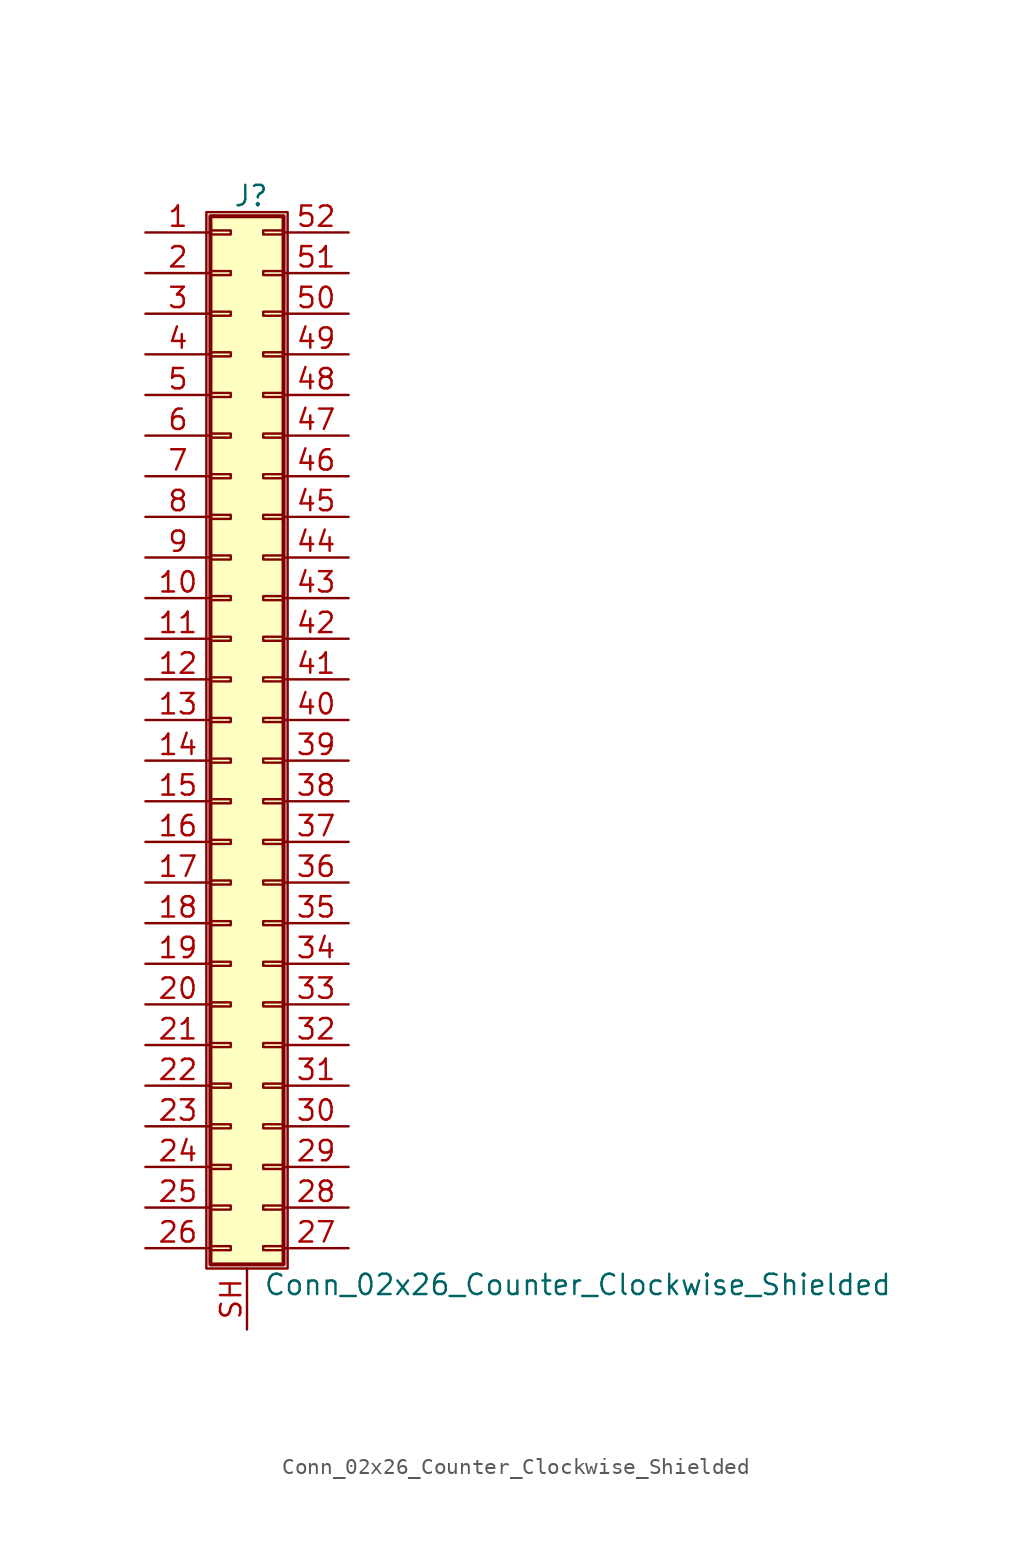
<source format=kicad_sym>
(kicad_symbol_lib
  (version 20211014)
  (generator kicad_symbol_editor)
  (symbol "Conn_02x26_Counter_Clockwise_Shielded"
    (pin_names
      (offset 1.016) hide)
    (property "Reference" "J"
      (at 1.524 32.766 0)
      (effects (font (size 1.27 1.27))))
    (property "Value" "Conn_02x26_Counter_Clockwise_Shielded"
      (at 2.286 -35.306 0)
      (effects (font (size 1.27 1.27)) (justify left)))
    (symbol "Conn_02x26_Counter_Clockwise_Shielded_1_1"
      (rectangle (start -1.27 31.75) (end 3.81 -34.29) (stroke (width 0.152) (type default) (color 0 0 0 0)) (fill (type none)))
      (rectangle (start -1.016 -32.893) (end 0.254 -33.147) (stroke (width 0.152) (type default) (color 0 0 0 0)) (fill (type none)))
      (rectangle (start -1.016 -30.353) (end 0.254 -30.607) (stroke (width 0.152) (type default) (color 0 0 0 0)) (fill (type none)))
      (rectangle (start -1.016 -27.813) (end 0.254 -28.067) (stroke (width 0.152) (type default) (color 0 0 0 0)) (fill (type none)))
      (rectangle (start -1.016 -25.273) (end 0.254 -25.527) (stroke (width 0.152) (type default) (color 0 0 0 0)) (fill (type none)))
      (rectangle (start -1.016 -22.733) (end 0.254 -22.987) (stroke (width 0.152) (type default) (color 0 0 0 0)) (fill (type none)))
      (rectangle (start -1.016 -20.193) (end 0.254 -20.447) (stroke (width 0.152) (type default) (color 0 0 0 0)) (fill (type none)))
      (rectangle (start -1.016 -17.653) (end 0.254 -17.907) (stroke (width 0.152) (type default) (color 0 0 0 0)) (fill (type none)))
      (rectangle (start -1.016 -15.113) (end 0.254 -15.367) (stroke (width 0.152) (type default) (color 0 0 0 0)) (fill (type none)))
      (rectangle (start -1.016 -12.573) (end 0.254 -12.827) (stroke (width 0.152) (type default) (color 0 0 0 0)) (fill (type none)))
      (rectangle (start -1.016 -10.033) (end 0.254 -10.287) (stroke (width 0.152) (type default) (color 0 0 0 0)) (fill (type none)))
      (rectangle (start -1.016 -7.493) (end 0.254 -7.747) (stroke (width 0.152) (type default) (color 0 0 0 0)) (fill (type none)))
      (rectangle (start -1.016 -4.953) (end 0.254 -5.207) (stroke (width 0.152) (type default) (color 0 0 0 0)) (fill (type none)))
      (rectangle (start -1.016 -2.413) (end 0.254 -2.667) (stroke (width 0.152) (type default) (color 0 0 0 0)) (fill (type none)))
      (rectangle (start -1.016 0.127) (end 0.254 -0.127) (stroke (width 0.152) (type default) (color 0 0 0 0)) (fill (type none)))
      (rectangle (start -1.016 2.667) (end 0.254 2.413) (stroke (width 0.152) (type default) (color 0 0 0 0)) (fill (type none)))
      (rectangle (start -1.016 5.207) (end 0.254 4.953) (stroke (width 0.152) (type default) (color 0 0 0 0)) (fill (type none)))
      (rectangle (start -1.016 7.747) (end 0.254 7.493) (stroke (width 0.152) (type default) (color 0 0 0 0)) (fill (type none)))
      (rectangle (start -1.016 10.287) (end 0.254 10.033) (stroke (width 0.152) (type default) (color 0 0 0 0)) (fill (type none)))
      (rectangle (start -1.016 12.827) (end 0.254 12.573) (stroke (width 0.152) (type default) (color 0 0 0 0)) (fill (type none)))
      (rectangle (start -1.016 15.367) (end 0.254 15.113) (stroke (width 0.152) (type default) (color 0 0 0 0)) (fill (type none)))
      (rectangle (start -1.016 17.907) (end 0.254 17.653) (stroke (width 0.152) (type default) (color 0 0 0 0)) (fill (type none)))
      (rectangle (start -1.016 20.447) (end 0.254 20.193) (stroke (width 0.152) (type default) (color 0 0 0 0)) (fill (type none)))
      (rectangle (start -1.016 22.987) (end 0.254 22.733) (stroke (width 0.152) (type default) (color 0 0 0 0)) (fill (type none)))
      (rectangle (start -1.016 25.527) (end 0.254 25.273) (stroke (width 0.152) (type default) (color 0 0 0 0)) (fill (type none)))
      (rectangle (start -1.016 28.067) (end 0.254 27.813) (stroke (width 0.152) (type default) (color 0 0 0 0)) (fill (type none)))
      (rectangle (start -1.016 30.607) (end 0.254 30.353) (stroke (width 0.152) (type default) (color 0 0 0 0)) (fill (type none)))
      (rectangle (start -1.016 31.496) (end 3.556 -34.036) (stroke (width 0.254) (type default) (color 0 0 0 0)) (fill (type background)))
      (rectangle (start 3.556 -32.893) (end 2.286 -33.147) (stroke (width 0.152) (type default) (color 0 0 0 0)) (fill (type none)))
      (rectangle (start 3.556 -30.353) (end 2.286 -30.607) (stroke (width 0.152) (type default) (color 0 0 0 0)) (fill (type none)))
      (rectangle (start 3.556 -27.813) (end 2.286 -28.067) (stroke (width 0.152) (type default) (color 0 0 0 0)) (fill (type none)))
      (rectangle (start 3.556 -25.273) (end 2.286 -25.527) (stroke (width 0.152) (type default) (color 0 0 0 0)) (fill (type none)))
      (rectangle (start 3.556 -22.733) (end 2.286 -22.987) (stroke (width 0.152) (type default) (color 0 0 0 0)) (fill (type none)))
      (rectangle (start 3.556 -20.193) (end 2.286 -20.447) (stroke (width 0.152) (type default) (color 0 0 0 0)) (fill (type none)))
      (rectangle (start 3.556 -17.653) (end 2.286 -17.907) (stroke (width 0.152) (type default) (color 0 0 0 0)) (fill (type none)))
      (rectangle (start 3.556 -15.113) (end 2.286 -15.367) (stroke (width 0.152) (type default) (color 0 0 0 0)) (fill (type none)))
      (rectangle (start 3.556 -12.573) (end 2.286 -12.827) (stroke (width 0.152) (type default) (color 0 0 0 0)) (fill (type none)))
      (rectangle (start 3.556 -10.033) (end 2.286 -10.287) (stroke (width 0.152) (type default) (color 0 0 0 0)) (fill (type none)))
      (rectangle (start 3.556 -7.493) (end 2.286 -7.747) (stroke (width 0.152) (type default) (color 0 0 0 0)) (fill (type none)))
      (rectangle (start 3.556 -4.953) (end 2.286 -5.207) (stroke (width 0.152) (type default) (color 0 0 0 0)) (fill (type none)))
      (rectangle (start 3.556 -2.413) (end 2.286 -2.667) (stroke (width 0.152) (type default) (color 0 0 0 0)) (fill (type none)))
      (rectangle (start 3.556 0.127) (end 2.286 -0.127) (stroke (width 0.152) (type default) (color 0 0 0 0)) (fill (type none)))
      (rectangle (start 3.556 2.667) (end 2.286 2.413) (stroke (width 0.152) (type default) (color 0 0 0 0)) (fill (type none)))
      (rectangle (start 3.556 5.207) (end 2.286 4.953) (stroke (width 0.152) (type default) (color 0 0 0 0)) (fill (type none)))
      (rectangle (start 3.556 7.747) (end 2.286 7.493) (stroke (width 0.152) (type default) (color 0 0 0 0)) (fill (type none)))
      (rectangle (start 3.556 10.287) (end 2.286 10.033) (stroke (width 0.152) (type default) (color 0 0 0 0)) (fill (type none)))
      (rectangle (start 3.556 12.827) (end 2.286 12.573) (stroke (width 0.152) (type default) (color 0 0 0 0)) (fill (type none)))
      (rectangle (start 3.556 15.367) (end 2.286 15.113) (stroke (width 0.152) (type default) (color 0 0 0 0)) (fill (type none)))
      (rectangle (start 3.556 17.907) (end 2.286 17.653) (stroke (width 0.152) (type default) (color 0 0 0 0)) (fill (type none)))
      (rectangle (start 3.556 20.447) (end 2.286 20.193) (stroke (width 0.152) (type default) (color 0 0 0 0)) (fill (type none)))
      (rectangle (start 3.556 22.987) (end 2.286 22.733) (stroke (width 0.152) (type default) (color 0 0 0 0)) (fill (type none)))
      (rectangle (start 3.556 25.527) (end 2.286 25.273) (stroke (width 0.152) (type default) (color 0 0 0 0)) (fill (type none)))
      (rectangle (start 3.556 28.067) (end 2.286 27.813) (stroke (width 0.152) (type default) (color 0 0 0 0)) (fill (type none)))
      (rectangle (start 3.556 30.607) (end 2.286 30.353) (stroke (width 0.152) (type default) (color 0 0 0 0)) (fill (type none)))
      (pin passive line (at -5.08 30.48 0) (length 4.064) (name "Pin_1" (effects (font (size 1.27 1.27)))) (number "1" (effects (font (size 1.27 1.27)))))
      (pin passive line (at -5.08 7.62 0) (length 4.064) (name "Pin_10" (effects (font (size 1.27 1.27)))) (number "10" (effects (font (size 1.27 1.27)))))
      (pin passive line (at -5.08 5.08 0) (length 4.064) (name "Pin_11" (effects (font (size 1.27 1.27)))) (number "11" (effects (font (size 1.27 1.27)))))
      (pin passive line (at -5.08 2.54 0) (length 4.064) (name "Pin_12" (effects (font (size 1.27 1.27)))) (number "12" (effects (font (size 1.27 1.27)))))
      (pin passive line (at -5.08 0 0) (length 4.064) (name "Pin_13" (effects (font (size 1.27 1.27)))) (number "13" (effects (font (size 1.27 1.27)))))
      (pin passive line (at -5.08 -2.54 0) (length 4.064) (name "Pin_14" (effects (font (size 1.27 1.27)))) (number "14" (effects (font (size 1.27 1.27)))))
      (pin passive line (at -5.08 -5.08 0) (length 4.064) (name "Pin_15" (effects (font (size 1.27 1.27)))) (number "15" (effects (font (size 1.27 1.27)))))
      (pin passive line (at -5.08 -7.62 0) (length 4.064) (name "Pin_16" (effects (font (size 1.27 1.27)))) (number "16" (effects (font (size 1.27 1.27)))))
      (pin passive line (at -5.08 -10.16 0) (length 4.064) (name "Pin_17" (effects (font (size 1.27 1.27)))) (number "17" (effects (font (size 1.27 1.27)))))
      (pin passive line (at -5.08 -12.7 0) (length 4.064) (name "Pin_18" (effects (font (size 1.27 1.27)))) (number "18" (effects (font (size 1.27 1.27)))))
      (pin passive line (at -5.08 -15.24 0) (length 4.064) (name "Pin_19" (effects (font (size 1.27 1.27)))) (number "19" (effects (font (size 1.27 1.27)))))
      (pin passive line (at -5.08 27.94 0) (length 4.064) (name "Pin_2" (effects (font (size 1.27 1.27)))) (number "2" (effects (font (size 1.27 1.27)))))
      (pin passive line (at -5.08 -17.78 0) (length 4.064) (name "Pin_20" (effects (font (size 1.27 1.27)))) (number "20" (effects (font (size 1.27 1.27)))))
      (pin passive line (at -5.08 -20.32 0) (length 4.064) (name "Pin_21" (effects (font (size 1.27 1.27)))) (number "21" (effects (font (size 1.27 1.27)))))
      (pin passive line (at -5.08 -22.86 0) (length 4.064) (name "Pin_22" (effects (font (size 1.27 1.27)))) (number "22" (effects (font (size 1.27 1.27)))))
      (pin passive line (at -5.08 -25.4 0) (length 4.064) (name "Pin_23" (effects (font (size 1.27 1.27)))) (number "23" (effects (font (size 1.27 1.27)))))
      (pin passive line (at -5.08 -27.94 0) (length 4.064) (name "Pin_24" (effects (font (size 1.27 1.27)))) (number "24" (effects (font (size 1.27 1.27)))))
      (pin passive line (at -5.08 -30.48 0) (length 4.064) (name "Pin_25" (effects (font (size 1.27 1.27)))) (number "25" (effects (font (size 1.27 1.27)))))
      (pin passive line (at -5.08 -33.02 0) (length 4.064) (name "Pin_26" (effects (font (size 1.27 1.27)))) (number "26" (effects (font (size 1.27 1.27)))))
      (pin passive line (at 7.62 -33.02 180) (length 4.064) (name "Pin_27" (effects (font (size 1.27 1.27)))) (number "27" (effects (font (size 1.27 1.27)))))
      (pin passive line (at 7.62 -30.48 180) (length 4.064) (name "Pin_28" (effects (font (size 1.27 1.27)))) (number "28" (effects (font (size 1.27 1.27)))))
      (pin passive line (at 7.62 -27.94 180) (length 4.064) (name "Pin_29" (effects (font (size 1.27 1.27)))) (number "29" (effects (font (size 1.27 1.27)))))
      (pin passive line (at -5.08 25.4 0) (length 4.064) (name "Pin_3" (effects (font (size 1.27 1.27)))) (number "3" (effects (font (size 1.27 1.27)))))
      (pin passive line (at 7.62 -25.4 180) (length 4.064) (name "Pin_30" (effects (font (size 1.27 1.27)))) (number "30" (effects (font (size 1.27 1.27)))))
      (pin passive line (at 7.62 -22.86 180) (length 4.064) (name "Pin_31" (effects (font (size 1.27 1.27)))) (number "31" (effects (font (size 1.27 1.27)))))
      (pin passive line (at 7.62 -20.32 180) (length 4.064) (name "Pin_32" (effects (font (size 1.27 1.27)))) (number "32" (effects (font (size 1.27 1.27)))))
      (pin passive line (at 7.62 -17.78 180) (length 4.064) (name "Pin_33" (effects (font (size 1.27 1.27)))) (number "33" (effects (font (size 1.27 1.27)))))
      (pin passive line (at 7.62 -15.24 180) (length 4.064) (name "Pin_34" (effects (font (size 1.27 1.27)))) (number "34" (effects (font (size 1.27 1.27)))))
      (pin passive line (at 7.62 -12.7 180) (length 4.064) (name "Pin_35" (effects (font (size 1.27 1.27)))) (number "35" (effects (font (size 1.27 1.27)))))
      (pin passive line (at 7.62 -10.16 180) (length 4.064) (name "Pin_36" (effects (font (size 1.27 1.27)))) (number "36" (effects (font (size 1.27 1.27)))))
      (pin passive line (at 7.62 -7.62 180) (length 4.064) (name "Pin_37" (effects (font (size 1.27 1.27)))) (number "37" (effects (font (size 1.27 1.27)))))
      (pin passive line (at 7.62 -5.08 180) (length 4.064) (name "Pin_38" (effects (font (size 1.27 1.27)))) (number "38" (effects (font (size 1.27 1.27)))))
      (pin passive line (at 7.62 -2.54 180) (length 4.064) (name "Pin_39" (effects (font (size 1.27 1.27)))) (number "39" (effects (font (size 1.27 1.27)))))
      (pin passive line (at -5.08 22.86 0) (length 4.064) (name "Pin_4" (effects (font (size 1.27 1.27)))) (number "4" (effects (font (size 1.27 1.27)))))
      (pin passive line (at 7.62 0 180) (length 4.064) (name "Pin_40" (effects (font (size 1.27 1.27)))) (number "40" (effects (font (size 1.27 1.27)))))
      (pin passive line (at 7.62 2.54 180) (length 4.064) (name "Pin_41" (effects (font (size 1.27 1.27)))) (number "41" (effects (font (size 1.27 1.27)))))
      (pin passive line (at 7.62 5.08 180) (length 4.064) (name "Pin_42" (effects (font (size 1.27 1.27)))) (number "42" (effects (font (size 1.27 1.27)))))
      (pin passive line (at 7.62 7.62 180) (length 4.064) (name "Pin_43" (effects (font (size 1.27 1.27)))) (number "43" (effects (font (size 1.27 1.27)))))
      (pin passive line (at 7.62 10.16 180) (length 4.064) (name "Pin_44" (effects (font (size 1.27 1.27)))) (number "44" (effects (font (size 1.27 1.27)))))
      (pin passive line (at 7.62 12.7 180) (length 4.064) (name "Pin_45" (effects (font (size 1.27 1.27)))) (number "45" (effects (font (size 1.27 1.27)))))
      (pin passive line (at 7.62 15.24 180) (length 4.064) (name "Pin_46" (effects (font (size 1.27 1.27)))) (number "46" (effects (font (size 1.27 1.27)))))
      (pin passive line (at 7.62 17.78 180) (length 4.064) (name "Pin_47" (effects (font (size 1.27 1.27)))) (number "47" (effects (font (size 1.27 1.27)))))
      (pin passive line (at 7.62 20.32 180) (length 4.064) (name "Pin_48" (effects (font (size 1.27 1.27)))) (number "48" (effects (font (size 1.27 1.27)))))
      (pin passive line (at 7.62 22.86 180) (length 4.064) (name "Pin_49" (effects (font (size 1.27 1.27)))) (number "49" (effects (font (size 1.27 1.27)))))
      (pin passive line (at -5.08 20.32 0) (length 4.064) (name "Pin_5" (effects (font (size 1.27 1.27)))) (number "5" (effects (font (size 1.27 1.27)))))
      (pin passive line (at 7.62 25.4 180) (length 4.064) (name "Pin_50" (effects (font (size 1.27 1.27)))) (number "50" (effects (font (size 1.27 1.27)))))
      (pin passive line (at 7.62 27.94 180) (length 4.064) (name "Pin_51" (effects (font (size 1.27 1.27)))) (number "51" (effects (font (size 1.27 1.27)))))
      (pin passive line (at 7.62 30.48 180) (length 4.064) (name "Pin_52" (effects (font (size 1.27 1.27)))) (number "52" (effects (font (size 1.27 1.27)))))
      (pin passive line (at -5.08 17.78 0) (length 4.064) (name "Pin_6" (effects (font (size 1.27 1.27)))) (number "6" (effects (font (size 1.27 1.27)))))
      (pin passive line (at -5.08 15.24 0) (length 4.064) (name "Pin_7" (effects (font (size 1.27 1.27)))) (number "7" (effects (font (size 1.27 1.27)))))
      (pin passive line (at -5.08 12.7 0) (length 4.064) (name "Pin_8" (effects (font (size 1.27 1.27)))) (number "8" (effects (font (size 1.27 1.27)))))
      (pin passive line (at -5.08 10.16 0) (length 4.064) (name "Pin_9" (effects (font (size 1.27 1.27)))) (number "9" (effects (font (size 1.27 1.27)))))
      (pin passive line (at 1.27 -38.1 90) (length 3.81) (name "Shield" (effects (font (size 1.27 1.27)))) (number "SH" (effects (font (size 1.27 1.27))))))))
</source>
